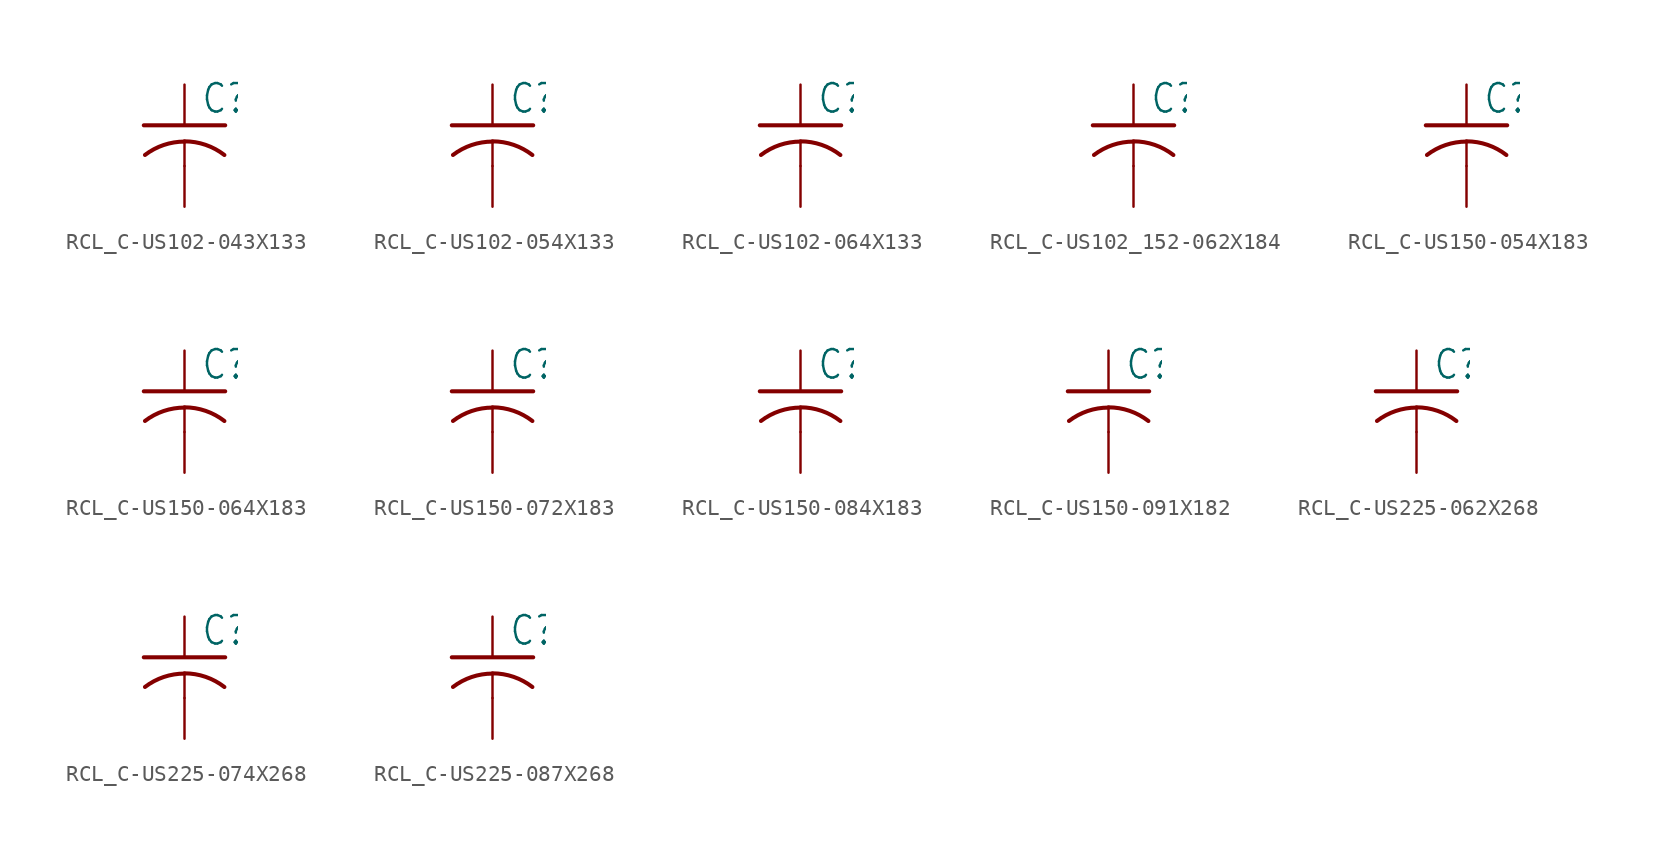
<source format=kicad_sym>
(kicad_symbol_lib
  (version 20220914)
  (generator kicad_symbol_editor)
  (symbol "RCL_C-US102-043X133"
    (property "Reference" "C"
      (at 1.016 0.635 0)
      (effects (font (size 1.778 1.511)) (justify left bottom)))
    (property "Value" ""
      (at 1.016 -4.191 0)
      (effects (font (size 1.778 1.511)) (justify left bottom)))
    (property "ki_locked" ""
      (at 0 0 0)
      (effects (font (size 1.27 1.27))))
    (symbol "RCL_C-US102-043X133_1_0"
      (arc (start 0 -1.0161) (mid -1.302 -1.2303) (end -2.4668 -1.8504) (stroke (width 0.254) (type solid)) (fill (type none)))
      (polyline (pts (xy -2.54 0) (xy 2.54 0)) (stroke (width 0.254) (type solid)) (fill (type none)))
      (polyline (pts (xy 0 -1.016) (xy 0 -2.54)) (stroke (width 0.152) (type solid)) (fill (type none)))
      (polyline (pts (xy 0 -1.016) (xy 0 -1.016)) (stroke (width 0.152) (type solid)) (fill (type none)))
      (arc (start 2.4892 -1.8541) (mid 1.3158 -1.2194) (end 0 -1) (stroke (width 0.254) (type solid)) (fill (type none)))
      (pin passive line (at 0 2.54 270) (length 2.54) (name "1" (effects (font (size 0 0)))) (number "1" (effects (font (size 0 0)))))
      (pin passive line (at 0 -5.08 90) (length 2.54) (name "2" (effects (font (size 0 0)))) (number "2" (effects (font (size 0 0)))))))
  (symbol "RCL_C-US102-054X133"
    (property "Reference" "C"
      (at 1.016 0.635 0)
      (effects (font (size 1.778 1.511)) (justify left bottom)))
    (property "Value" ""
      (at 1.016 -4.191 0)
      (effects (font (size 1.778 1.511)) (justify left bottom)))
    (property "ki_locked" ""
      (at 0 0 0)
      (effects (font (size 1.27 1.27))))
    (symbol "RCL_C-US102-054X133_1_0"
      (arc (start 0 -1.0161) (mid -1.302 -1.2303) (end -2.4668 -1.8504) (stroke (width 0.254) (type solid)) (fill (type none)))
      (polyline (pts (xy -2.54 0) (xy 2.54 0)) (stroke (width 0.254) (type solid)) (fill (type none)))
      (polyline (pts (xy 0 -1.016) (xy 0 -2.54)) (stroke (width 0.152) (type solid)) (fill (type none)))
      (polyline (pts (xy 0 -1.016) (xy 0 -1.016)) (stroke (width 0.152) (type solid)) (fill (type none)))
      (arc (start 2.4892 -1.8541) (mid 1.3158 -1.2194) (end 0 -1) (stroke (width 0.254) (type solid)) (fill (type none)))
      (pin passive line (at 0 2.54 270) (length 2.54) (name "1" (effects (font (size 0 0)))) (number "1" (effects (font (size 0 0)))))
      (pin passive line (at 0 -5.08 90) (length 2.54) (name "2" (effects (font (size 0 0)))) (number "2" (effects (font (size 0 0)))))))
  (symbol "RCL_C-US102-064X133"
    (property "Reference" "C"
      (at 1.016 0.635 0)
      (effects (font (size 1.778 1.511)) (justify left bottom)))
    (property "Value" ""
      (at 1.016 -4.191 0)
      (effects (font (size 1.778 1.511)) (justify left bottom)))
    (property "ki_locked" ""
      (at 0 0 0)
      (effects (font (size 1.27 1.27))))
    (symbol "RCL_C-US102-064X133_1_0"
      (arc (start 0 -1.0161) (mid -1.302 -1.2303) (end -2.4668 -1.8504) (stroke (width 0.254) (type solid)) (fill (type none)))
      (polyline (pts (xy -2.54 0) (xy 2.54 0)) (stroke (width 0.254) (type solid)) (fill (type none)))
      (polyline (pts (xy 0 -1.016) (xy 0 -2.54)) (stroke (width 0.152) (type solid)) (fill (type none)))
      (polyline (pts (xy 0 -1.016) (xy 0 -1.016)) (stroke (width 0.152) (type solid)) (fill (type none)))
      (arc (start 2.4892 -1.8541) (mid 1.3158 -1.2194) (end 0 -1) (stroke (width 0.254) (type solid)) (fill (type none)))
      (pin passive line (at 0 2.54 270) (length 2.54) (name "1" (effects (font (size 0 0)))) (number "1" (effects (font (size 0 0)))))
      (pin passive line (at 0 -5.08 90) (length 2.54) (name "2" (effects (font (size 0 0)))) (number "2" (effects (font (size 0 0)))))))
  (symbol "RCL_C-US102_152-062X184"
    (property "Reference" "C"
      (at 1.016 0.635 0)
      (effects (font (size 1.778 1.511)) (justify left bottom)))
    (property "Value" ""
      (at 1.016 -4.191 0)
      (effects (font (size 1.778 1.511)) (justify left bottom)))
    (property "ki_locked" ""
      (at 0 0 0)
      (effects (font (size 1.27 1.27))))
    (symbol "RCL_C-US102_152-062X184_1_0"
      (arc (start 0 -1.0161) (mid -1.302 -1.2303) (end -2.4668 -1.8504) (stroke (width 0.254) (type solid)) (fill (type none)))
      (polyline (pts (xy -2.54 0) (xy 2.54 0)) (stroke (width 0.254) (type solid)) (fill (type none)))
      (polyline (pts (xy 0 -1.016) (xy 0 -2.54)) (stroke (width 0.152) (type solid)) (fill (type none)))
      (polyline (pts (xy 0 -1.016) (xy 0 -1.016)) (stroke (width 0.152) (type solid)) (fill (type none)))
      (arc (start 2.4892 -1.8541) (mid 1.3158 -1.2194) (end 0 -1) (stroke (width 0.254) (type solid)) (fill (type none)))
      (pin passive line (at 0 2.54 270) (length 2.54) (name "1" (effects (font (size 0 0)))) (number "1" (effects (font (size 0 0)))))
      (pin passive line (at 0 -5.08 90) (length 2.54) (name "2" (effects (font (size 0 0)))) (number "2" (effects (font (size 0 0)))))))
  (symbol "RCL_C-US150-054X183"
    (property "Reference" "C"
      (at 1.016 0.635 0)
      (effects (font (size 1.778 1.511)) (justify left bottom)))
    (property "Value" ""
      (at 1.016 -4.191 0)
      (effects (font (size 1.778 1.511)) (justify left bottom)))
    (property "ki_locked" ""
      (at 0 0 0)
      (effects (font (size 1.27 1.27))))
    (symbol "RCL_C-US150-054X183_1_0"
      (arc (start 0 -1.0161) (mid -1.302 -1.2303) (end -2.4668 -1.8504) (stroke (width 0.254) (type solid)) (fill (type none)))
      (polyline (pts (xy -2.54 0) (xy 2.54 0)) (stroke (width 0.254) (type solid)) (fill (type none)))
      (polyline (pts (xy 0 -1.016) (xy 0 -2.54)) (stroke (width 0.152) (type solid)) (fill (type none)))
      (polyline (pts (xy 0 -1.016) (xy 0 -1.016)) (stroke (width 0.152) (type solid)) (fill (type none)))
      (arc (start 2.4892 -1.8541) (mid 1.3158 -1.2194) (end 0 -1) (stroke (width 0.254) (type solid)) (fill (type none)))
      (pin passive line (at 0 2.54 270) (length 2.54) (name "1" (effects (font (size 0 0)))) (number "1" (effects (font (size 0 0)))))
      (pin passive line (at 0 -5.08 90) (length 2.54) (name "2" (effects (font (size 0 0)))) (number "2" (effects (font (size 0 0)))))))
  (symbol "RCL_C-US150-064X183"
    (property "Reference" "C"
      (at 1.016 0.635 0)
      (effects (font (size 1.778 1.511)) (justify left bottom)))
    (property "Value" ""
      (at 1.016 -4.191 0)
      (effects (font (size 1.778 1.511)) (justify left bottom)))
    (property "ki_locked" ""
      (at 0 0 0)
      (effects (font (size 1.27 1.27))))
    (symbol "RCL_C-US150-064X183_1_0"
      (arc (start 0 -1.0161) (mid -1.302 -1.2303) (end -2.4668 -1.8504) (stroke (width 0.254) (type solid)) (fill (type none)))
      (polyline (pts (xy -2.54 0) (xy 2.54 0)) (stroke (width 0.254) (type solid)) (fill (type none)))
      (polyline (pts (xy 0 -1.016) (xy 0 -2.54)) (stroke (width 0.152) (type solid)) (fill (type none)))
      (polyline (pts (xy 0 -1.016) (xy 0 -1.016)) (stroke (width 0.152) (type solid)) (fill (type none)))
      (arc (start 2.4892 -1.8541) (mid 1.3158 -1.2194) (end 0 -1) (stroke (width 0.254) (type solid)) (fill (type none)))
      (pin passive line (at 0 2.54 270) (length 2.54) (name "1" (effects (font (size 0 0)))) (number "1" (effects (font (size 0 0)))))
      (pin passive line (at 0 -5.08 90) (length 2.54) (name "2" (effects (font (size 0 0)))) (number "2" (effects (font (size 0 0)))))))
  (symbol "RCL_C-US150-072X183"
    (property "Reference" "C"
      (at 1.016 0.635 0)
      (effects (font (size 1.778 1.511)) (justify left bottom)))
    (property "Value" ""
      (at 1.016 -4.191 0)
      (effects (font (size 1.778 1.511)) (justify left bottom)))
    (property "ki_locked" ""
      (at 0 0 0)
      (effects (font (size 1.27 1.27))))
    (symbol "RCL_C-US150-072X183_1_0"
      (arc (start 0 -1.0161) (mid -1.302 -1.2303) (end -2.4668 -1.8504) (stroke (width 0.254) (type solid)) (fill (type none)))
      (polyline (pts (xy -2.54 0) (xy 2.54 0)) (stroke (width 0.254) (type solid)) (fill (type none)))
      (polyline (pts (xy 0 -1.016) (xy 0 -2.54)) (stroke (width 0.152) (type solid)) (fill (type none)))
      (polyline (pts (xy 0 -1.016) (xy 0 -1.016)) (stroke (width 0.152) (type solid)) (fill (type none)))
      (arc (start 2.4892 -1.8541) (mid 1.3158 -1.2194) (end 0 -1) (stroke (width 0.254) (type solid)) (fill (type none)))
      (pin passive line (at 0 2.54 270) (length 2.54) (name "1" (effects (font (size 0 0)))) (number "1" (effects (font (size 0 0)))))
      (pin passive line (at 0 -5.08 90) (length 2.54) (name "2" (effects (font (size 0 0)))) (number "2" (effects (font (size 0 0)))))))
  (symbol "RCL_C-US150-084X183"
    (property "Reference" "C"
      (at 1.016 0.635 0)
      (effects (font (size 1.778 1.511)) (justify left bottom)))
    (property "Value" ""
      (at 1.016 -4.191 0)
      (effects (font (size 1.778 1.511)) (justify left bottom)))
    (property "ki_locked" ""
      (at 0 0 0)
      (effects (font (size 1.27 1.27))))
    (symbol "RCL_C-US150-084X183_1_0"
      (arc (start 0 -1.0161) (mid -1.302 -1.2303) (end -2.4668 -1.8504) (stroke (width 0.254) (type solid)) (fill (type none)))
      (polyline (pts (xy -2.54 0) (xy 2.54 0)) (stroke (width 0.254) (type solid)) (fill (type none)))
      (polyline (pts (xy 0 -1.016) (xy 0 -2.54)) (stroke (width 0.152) (type solid)) (fill (type none)))
      (polyline (pts (xy 0 -1.016) (xy 0 -1.016)) (stroke (width 0.152) (type solid)) (fill (type none)))
      (arc (start 2.4892 -1.8541) (mid 1.3158 -1.2194) (end 0 -1) (stroke (width 0.254) (type solid)) (fill (type none)))
      (pin passive line (at 0 2.54 270) (length 2.54) (name "1" (effects (font (size 0 0)))) (number "1" (effects (font (size 0 0)))))
      (pin passive line (at 0 -5.08 90) (length 2.54) (name "2" (effects (font (size 0 0)))) (number "2" (effects (font (size 0 0)))))))
  (symbol "RCL_C-US150-091X182"
    (property "Reference" "C"
      (at 1.016 0.635 0)
      (effects (font (size 1.778 1.511)) (justify left bottom)))
    (property "Value" ""
      (at 1.016 -4.191 0)
      (effects (font (size 1.778 1.511)) (justify left bottom)))
    (property "ki_locked" ""
      (at 0 0 0)
      (effects (font (size 1.27 1.27))))
    (symbol "RCL_C-US150-091X182_1_0"
      (arc (start 0 -1.0161) (mid -1.302 -1.2303) (end -2.4668 -1.8504) (stroke (width 0.254) (type solid)) (fill (type none)))
      (polyline (pts (xy -2.54 0) (xy 2.54 0)) (stroke (width 0.254) (type solid)) (fill (type none)))
      (polyline (pts (xy 0 -1.016) (xy 0 -2.54)) (stroke (width 0.152) (type solid)) (fill (type none)))
      (polyline (pts (xy 0 -1.016) (xy 0 -1.016)) (stroke (width 0.152) (type solid)) (fill (type none)))
      (arc (start 2.4892 -1.8541) (mid 1.3158 -1.2194) (end 0 -1) (stroke (width 0.254) (type solid)) (fill (type none)))
      (pin passive line (at 0 2.54 270) (length 2.54) (name "1" (effects (font (size 0 0)))) (number "1" (effects (font (size 0 0)))))
      (pin passive line (at 0 -5.08 90) (length 2.54) (name "2" (effects (font (size 0 0)))) (number "2" (effects (font (size 0 0)))))))
  (symbol "RCL_C-US225-062X268"
    (property "Reference" "C"
      (at 1.016 0.635 0)
      (effects (font (size 1.778 1.511)) (justify left bottom)))
    (property "Value" ""
      (at 1.016 -4.191 0)
      (effects (font (size 1.778 1.511)) (justify left bottom)))
    (property "ki_locked" ""
      (at 0 0 0)
      (effects (font (size 1.27 1.27))))
    (symbol "RCL_C-US225-062X268_1_0"
      (arc (start 0 -1.0161) (mid -1.302 -1.2303) (end -2.4668 -1.8504) (stroke (width 0.254) (type solid)) (fill (type none)))
      (polyline (pts (xy -2.54 0) (xy 2.54 0)) (stroke (width 0.254) (type solid)) (fill (type none)))
      (polyline (pts (xy 0 -1.016) (xy 0 -2.54)) (stroke (width 0.152) (type solid)) (fill (type none)))
      (polyline (pts (xy 0 -1.016) (xy 0 -1.016)) (stroke (width 0.152) (type solid)) (fill (type none)))
      (arc (start 2.4892 -1.8541) (mid 1.3158 -1.2194) (end 0 -1) (stroke (width 0.254) (type solid)) (fill (type none)))
      (pin passive line (at 0 2.54 270) (length 2.54) (name "1" (effects (font (size 0 0)))) (number "1" (effects (font (size 0 0)))))
      (pin passive line (at 0 -5.08 90) (length 2.54) (name "2" (effects (font (size 0 0)))) (number "2" (effects (font (size 0 0)))))))
  (symbol "RCL_C-US225-074X268"
    (property "Reference" "C"
      (at 1.016 0.635 0)
      (effects (font (size 1.778 1.511)) (justify left bottom)))
    (property "Value" ""
      (at 1.016 -4.191 0)
      (effects (font (size 1.778 1.511)) (justify left bottom)))
    (property "ki_locked" ""
      (at 0 0 0)
      (effects (font (size 1.27 1.27))))
    (symbol "RCL_C-US225-074X268_1_0"
      (arc (start 0 -1.0161) (mid -1.302 -1.2303) (end -2.4668 -1.8504) (stroke (width 0.254) (type solid)) (fill (type none)))
      (polyline (pts (xy -2.54 0) (xy 2.54 0)) (stroke (width 0.254) (type solid)) (fill (type none)))
      (polyline (pts (xy 0 -1.016) (xy 0 -2.54)) (stroke (width 0.152) (type solid)) (fill (type none)))
      (polyline (pts (xy 0 -1.016) (xy 0 -1.016)) (stroke (width 0.152) (type solid)) (fill (type none)))
      (arc (start 2.4892 -1.8541) (mid 1.3158 -1.2194) (end 0 -1) (stroke (width 0.254) (type solid)) (fill (type none)))
      (pin passive line (at 0 2.54 270) (length 2.54) (name "1" (effects (font (size 0 0)))) (number "1" (effects (font (size 0 0)))))
      (pin passive line (at 0 -5.08 90) (length 2.54) (name "2" (effects (font (size 0 0)))) (number "2" (effects (font (size 0 0)))))))
  (symbol "RCL_C-US225-087X268"
    (property "Reference" "C"
      (at 1.016 0.635 0)
      (effects (font (size 1.778 1.511)) (justify left bottom)))
    (property "Value" ""
      (at 1.016 -4.191 0)
      (effects (font (size 1.778 1.511)) (justify left bottom)))
    (property "ki_locked" ""
      (at 0 0 0)
      (effects (font (size 1.27 1.27))))
    (symbol "RCL_C-US225-087X268_1_0"
      (arc (start 0 -1.0161) (mid -1.302 -1.2303) (end -2.4668 -1.8504) (stroke (width 0.254) (type solid)) (fill (type none)))
      (polyline (pts (xy -2.54 0) (xy 2.54 0)) (stroke (width 0.254) (type solid)) (fill (type none)))
      (polyline (pts (xy 0 -1.016) (xy 0 -2.54)) (stroke (width 0.152) (type solid)) (fill (type none)))
      (polyline (pts (xy 0 -1.016) (xy 0 -1.016)) (stroke (width 0.152) (type solid)) (fill (type none)))
      (arc (start 2.4892 -1.8541) (mid 1.3158 -1.2194) (end 0 -1) (stroke (width 0.254) (type solid)) (fill (type none)))
      (pin passive line (at 0 2.54 270) (length 2.54) (name "1" (effects (font (size 0 0)))) (number "1" (effects (font (size 0 0)))))
      (pin passive line (at 0 -5.08 90) (length 2.54) (name "2" (effects (font (size 0 0)))) (number "2" (effects (font (size 0 0))))))))
</source>
